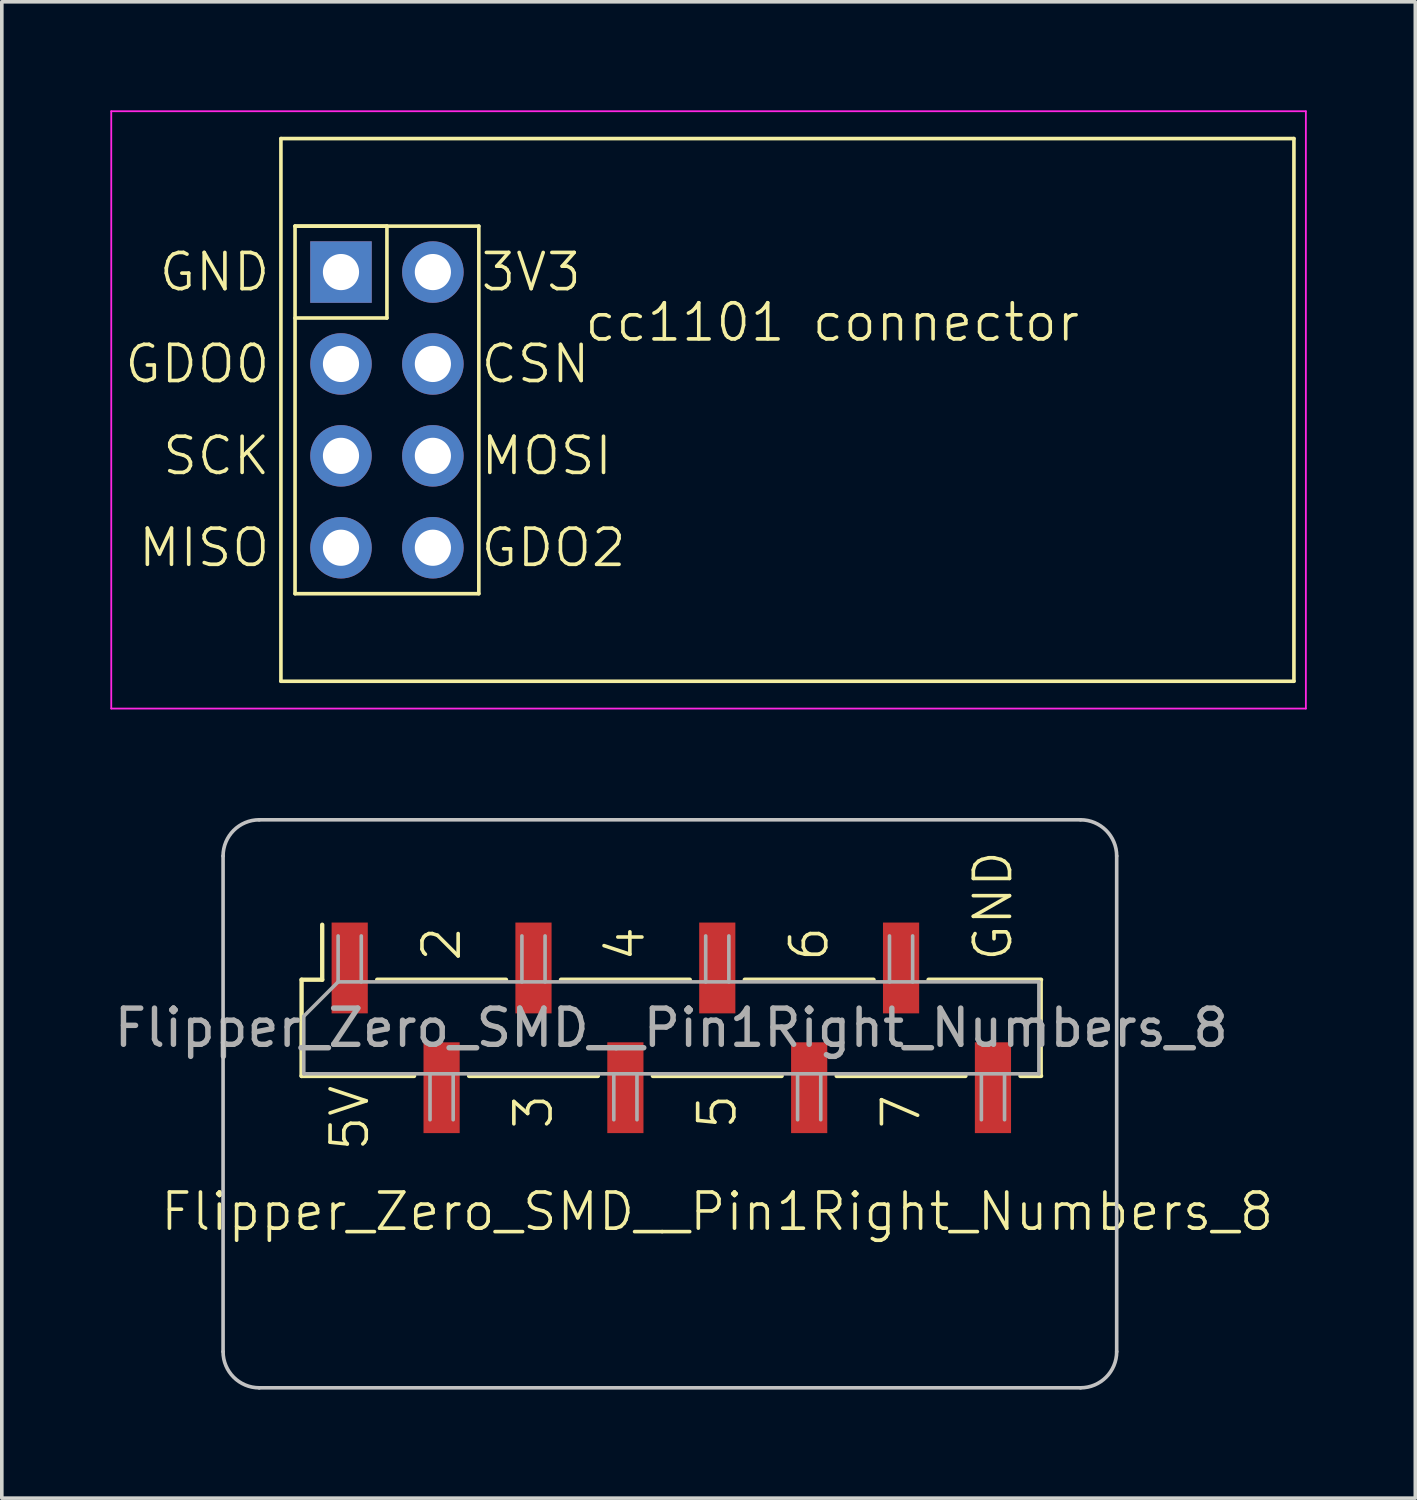
<source format=kicad_pcb>
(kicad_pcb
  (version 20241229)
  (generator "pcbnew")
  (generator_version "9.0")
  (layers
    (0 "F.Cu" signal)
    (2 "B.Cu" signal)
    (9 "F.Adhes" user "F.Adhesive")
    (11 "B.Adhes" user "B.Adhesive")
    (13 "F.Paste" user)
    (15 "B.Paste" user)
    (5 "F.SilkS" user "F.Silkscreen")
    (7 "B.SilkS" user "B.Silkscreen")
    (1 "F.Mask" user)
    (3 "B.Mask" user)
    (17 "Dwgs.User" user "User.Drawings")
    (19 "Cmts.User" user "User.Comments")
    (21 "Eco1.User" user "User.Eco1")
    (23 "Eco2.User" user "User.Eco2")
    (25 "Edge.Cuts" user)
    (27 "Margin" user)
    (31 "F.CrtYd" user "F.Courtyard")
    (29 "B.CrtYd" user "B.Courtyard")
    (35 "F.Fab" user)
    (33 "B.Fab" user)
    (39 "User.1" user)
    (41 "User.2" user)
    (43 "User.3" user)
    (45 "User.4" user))
  (footprint "Flipper_Zero_SMD__Pin1Right_Numbers_8"
    (layer "F.Cu")
    (at 6.616 25.36)
    (property "Reference" "Flipper_Zero_SMD__Pin1Right_Numbers_8" (at 10.16 5.08 0) (unlocked yes) (layer "F.SilkS") (effects (font (size 1 1) (thickness 0.1))))
    (attr smd)
    (fp_line (start -1.33 -1.33) (end -0.76 -1.33) (stroke (width 0.12) (type solid)) (layer "F.SilkS"))
    (fp_line (start -1.33 1.33) (end -1.33 -1.33) (stroke (width 0.12) (type solid)) (layer "F.SilkS"))
    (fp_line (start -1.33 1.33) (end 1.78 1.33) (stroke (width 0.12) (type solid)) (layer "F.SilkS"))
    (fp_line (start -0.76 -1.33) (end -0.76 -2.85) (stroke (width 0.12) (type solid)) (layer "F.SilkS"))
    (fp_line (start 0.76 -1.33) (end 4.32 -1.33) (stroke (width 0.12) (type solid)) (layer "F.SilkS"))
    (fp_line (start 3.3 1.33) (end 6.86 1.33) (stroke (width 0.12) (type solid)) (layer "F.SilkS"))
    (fp_line (start 5.84 -1.33) (end 9.4 -1.33) (stroke (width 0.12) (type solid)) (layer "F.SilkS"))
    (fp_line (start 8.38 1.33) (end 11.94 1.33) (stroke (width 0.12) (type solid)) (layer "F.SilkS"))
    (fp_line (start 10.92 -1.33) (end 14.48 -1.33) (stroke (width 0.12) (type solid)) (layer "F.SilkS"))
    (fp_line (start 13.46 1.33) (end 17.02 1.33) (stroke (width 0.12) (type solid)) (layer "F.SilkS"))
    (fp_line (start 16 -1.33) (end 19.11 -1.33) (stroke (width 0.12) (type solid)) (layer "F.SilkS"))
    (fp_line (start 18.54 1.33) (end 19.11 1.33) (stroke (width 0.12) (type solid)) (layer "F.SilkS"))
    (fp_line (start 19.11 -1.33) (end 19.11 1.33) (stroke (width 0.1) (type default)) (layer "F.SilkS"))
    (fp_line (start -3.5 8.95) (end -3.5 -4.75) (stroke (width 0.1) (type default)) (layer "Dwgs.User"))
    (fp_line (start -2.5 -5.75) (end 20.2 -5.75) (stroke (width 0.1) (type default)) (layer "Dwgs.User"))
    (fp_line (start -2.5 9.95) (end 20.2 9.95) (stroke (width 0.1) (type default)) (layer "Dwgs.User"))
    (fp_line (start 21.2 8.95) (end 21.2 -4.75) (stroke (width 0.1) (type default)) (layer "Dwgs.User"))
    (fp_arc (start -3.5 -4.75) (mid -3.207107 -5.457106) (end -2.5 -5.75) (stroke (width 0.1) (type default)) (layer "Dwgs.User"))
    (fp_arc (start -2.5 9.95) (mid -3.207106 9.657107) (end -3.5 8.95) (stroke (width 0.1) (type default)) (layer "Dwgs.User"))
    (fp_arc (start 20.2 -5.75) (mid 20.907106 -5.457107) (end 21.2 -4.75) (stroke (width 0.1) (type default)) (layer "Dwgs.User"))
    (fp_arc (start 21.2 8.95) (mid 20.907107 9.657106) (end 20.2 9.95) (stroke (width 0.1) (type default)) (layer "Dwgs.User"))
    (fp_line (start -1.27 1.27) (end -1.27 -0.32) (stroke (width 0.1) (type solid)) (layer "F.Fab"))
    (fp_line (start -1.27 1.27) (end 19.05 1.27) (stroke (width 0.1) (type solid)) (layer "F.Fab"))
    (fp_line (start -0.32 -1.27) (end -1.27 -0.32) (stroke (width 0.1) (type solid)) (layer "F.Fab"))
    (fp_line (start -0.32 -1.27) (end -0.32 -2.54) (stroke (width 0.1) (type solid)) (layer "F.Fab"))
    (fp_line (start 0.32 -2.54) (end 0.32 -1.27) (stroke (width 0.1) (type solid)) (layer "F.Fab"))
    (fp_line (start 2.22 1.27) (end 2.22 2.54) (stroke (width 0.1) (type solid)) (layer "F.Fab"))
    (fp_line (start 2.86 2.54) (end 2.86 1.27) (stroke (width 0.1) (type solid)) (layer "F.Fab"))
    (fp_line (start 4.76 -1.27) (end 4.76 -2.54) (stroke (width 0.1) (type solid)) (layer "F.Fab"))
    (fp_line (start 5.4 -2.54) (end 5.4 -1.27) (stroke (width 0.1) (type solid)) (layer "F.Fab"))
    (fp_line (start 7.3 1.27) (end 7.3 2.54) (stroke (width 0.1) (type solid)) (layer "F.Fab"))
    (fp_line (start 7.94 2.54) (end 7.94 1.27) (stroke (width 0.1) (type solid)) (layer "F.Fab"))
    (fp_line (start 9.84 -1.27) (end 9.84 -2.54) (stroke (width 0.1) (type solid)) (layer "F.Fab"))
    (fp_line (start 10.48 -2.54) (end 10.48 -1.27) (stroke (width 0.1) (type solid)) (layer "F.Fab"))
    (fp_line (start 12.38 1.27) (end 12.38 2.54) (stroke (width 0.1) (type solid)) (layer "F.Fab"))
    (fp_line (start 13.02 2.54) (end 13.02 1.27) (stroke (width 0.1) (type solid)) (layer "F.Fab"))
    (fp_line (start 14.92 -1.27) (end 14.92 -2.54) (stroke (width 0.1) (type solid)) (layer "F.Fab"))
    (fp_line (start 15.56 -2.54) (end 15.56 -1.27) (stroke (width 0.1) (type solid)) (layer "F.Fab"))
    (fp_line (start 17.46 1.27) (end 17.46 2.54) (stroke (width 0.1) (type solid)) (layer "F.Fab"))
    (fp_line (start 18.1 2.54) (end 18.1 1.27) (stroke (width 0.1) (type solid)) (layer "F.Fab"))
    (fp_line (start 19.05 -1.27) (end -0.32 -1.27) (stroke (width 0.1) (type solid)) (layer "F.Fab"))
    (fp_line (start 19.05 -1.27) (end 19.05 1.27) (stroke (width 0.1) (type solid)) (layer "F.Fab"))
    (fp_text user "5V" (at 0 1.524 90) (unlocked yes) (layer "F.SilkS") (effects (font (size 1 1) (thickness 0.1)) (justify right)))
    (fp_text user "GND" (at 17.78 -1.778 90) (unlocked yes) (layer "F.SilkS") (effects (font (size 1 1) (thickness 0.1)) (justify left)))
    (fp_text user "3" (at 5.08 1.778 90) (unlocked yes) (layer "F.SilkS") (effects (font (size 1 1) (thickness 0.1)) (justify right)))
    (fp_text user "4" (at 7.62 -1.778 90) (unlocked yes) (layer "F.SilkS") (effects (font (size 1 1) (thickness 0.1)) (justify left)))
    (fp_text user "2" (at 2.54 -1.778 90) (unlocked yes) (layer "F.SilkS") (effects (font (size 1 1) (thickness 0.1)) (justify left)))
    (fp_text user "6" (at 12.7 -1.778 90) (unlocked yes) (layer "F.SilkS") (effects (font (size 1 1) (thickness 0.1)) (justify left)))
    (fp_text user "7" (at 15.24 1.778 90) (unlocked yes) (layer "F.SilkS") (effects (font (size 1 1) (thickness 0.1)) (justify right)))
    (fp_text user "5" (at 10.16 1.778 90) (unlocked yes) (layer "F.SilkS") (effects (font (size 1 1) (thickness 0.1)) (justify right)))
    (fp_text user "${REFERENCE}" (at 8.89 0 180) (layer "F.Fab") (effects (font (size 1 1) (thickness 0.15))))
    (pad "1" smd rect (at 0 -1.655 90) (size 2.51 1) (layers "F.Cu" "F.Mask" "F.Paste"))
    (pad "2" smd rect (at 2.54 1.655 90) (size 2.51 1) (layers "F.Cu" "F.Mask" "F.Paste"))
    (pad "3" smd rect (at 5.08 -1.655 90) (size 2.51 1) (layers "F.Cu" "F.Mask" "F.Paste"))
    (pad "4" smd rect (at 7.62 1.655 90) (size 2.51 1) (layers "F.Cu" "F.Mask" "F.Paste"))
    (pad "5" smd rect (at 10.16 -1.655 90) (size 2.51 1) (layers "F.Cu" "F.Mask" "F.Paste"))
    (pad "6" smd rect (at 12.7 1.655 90) (size 2.51 1) (layers "F.Cu" "F.Mask" "F.Paste"))
    (pad "7" smd rect (at 15.24 -1.655 90) (size 2.51 1) (layers "F.Cu" "F.Mask" "F.Paste"))
    (pad "8" smd rect (at 17.78 1.655 90) (size 2.51 1) (layers "F.Cu" "F.Mask" "F.Paste")))
  (footprint "cc1101 connector"
    (layer "F.Cu")
    (at 4.715 0.78)
    (property "Reference" "cc1101 connector" (at 15.24 5.08 0) (unlocked yes) (layer "F.SilkS") (effects (font (size 1 1) (thickness 0.1))))
    (attr through_hole)
    (fp_line (start 0 0) (end 0 15) (stroke (width 0.1) (type default)) (layer "F.SilkS"))
    (fp_line (start 0 0) (end 28 0) (stroke (width 0.1) (type default)) (layer "F.SilkS"))
    (fp_line (start 0 15) (end 28 15) (stroke (width 0.1) (type default)) (layer "F.SilkS"))
    (fp_line (start 0.39 2.42) (end 2.93 2.42) (stroke (width 0.1) (type default)) (layer "F.SilkS"))
    (fp_line (start 0.39 2.42) (end 5.47 2.42) (stroke (width 0.1) (type default)) (layer "F.SilkS"))
    (fp_line (start 0.39 12.58) (end 0.39 2.42) (stroke (width 0.1) (type default)) (layer "F.SilkS"))
    (fp_line (start 2.93 2.42) (end 2.93 4.96) (stroke (width 0.1) (type default)) (layer "F.SilkS"))
    (fp_line (start 2.93 4.96) (end 0.39 4.96) (stroke (width 0.1) (type default)) (layer "F.SilkS"))
    (fp_line (start 5.47 2.42) (end 5.47 12.58) (stroke (width 0.1) (type default)) (layer "F.SilkS"))
    (fp_line (start 5.47 12.58) (end 0.39 12.58) (stroke (width 0.1) (type default)) (layer "F.SilkS"))
    (fp_line (start 28 15) (end 28 0) (stroke (width 0.1) (type default)) (layer "F.SilkS"))
    (fp_line (start -4.69 -0.755) (end -4.69 15.755) (stroke (width 0.05) (type default)) (layer "F.CrtYd"))
    (fp_line (start -4.69 15.755) (end 28.33 15.755) (stroke (width 0.05) (type default)) (layer "F.CrtYd"))
    (fp_line (start 28.33 -0.755) (end -4.69 -0.755) (stroke (width 0.05) (type default)) (layer "F.CrtYd"))
    (fp_line (start 28.33 15.755) (end 28.33 -0.755) (stroke (width 0.05) (type default)) (layer "F.CrtYd"))
    (fp_text user "MISO" (at -0.245 11.31 0) (unlocked yes) (layer "F.SilkS") (effects (font (size 1 1) (thickness 0.1)) (justify right)))
    (fp_text user "3V3" (at 5.47 3.69 0) (unlocked yes) (layer "F.SilkS") (effects (font (size 1 1) (thickness 0.1)) (justify left)))
    (fp_text user "SCK" (at -0.245 8.77 0) (unlocked yes) (layer "F.SilkS") (effects (font (size 1 1) (thickness 0.1)) (justify right)))
    (fp_text user "CSN" (at 5.47 6.23 0) (unlocked yes) (layer "F.SilkS") (effects (font (size 1 1) (thickness 0.1)) (justify left)))
    (fp_text user "MOSI" (at 5.47 8.77 0) (unlocked yes) (layer "F.SilkS") (effects (font (size 1 1) (thickness 0.1)) (justify left)))
    (fp_text user "GDO0" (at -0.245 6.23 0) (unlocked yes) (layer "F.SilkS") (effects (font (size 1 1) (thickness 0.1)) (justify right)))
    (fp_text user "GND" (at -0.245 3.69 0) (unlocked yes) (layer "F.SilkS") (effects (font (size 1 1) (thickness 0.1)) (justify right)))
    (fp_text user "GDO2" (at 5.47 11.31 0) (unlocked yes) (layer "F.SilkS") (effects (font (size 1 1) (thickness 0.1)) (justify left)))
    (pad "1" thru_hole rect (at 1.66 3.69) (size 1.7 1.7) (drill 1) (layers "*.Cu" "*.Mask"))
    (pad "2" thru_hole circle (at 4.2 3.69) (size 1.7 1.7) (drill 1) (layers "*.Cu" "*.Mask"))
    (pad "3" thru_hole circle (at 1.66 6.23) (size 1.7 1.7) (drill 1) (layers "*.Cu" "*.Mask"))
    (pad "4" thru_hole circle (at 4.2 6.23) (size 1.7 1.7) (drill 1) (layers "*.Cu" "*.Mask"))
    (pad "5" thru_hole circle (at 1.66 8.77) (size 1.7 1.7) (drill 1) (layers "*.Cu" "*.Mask"))
    (pad "6" thru_hole circle (at 4.2 8.77) (size 1.7 1.7) (drill 1) (layers "*.Cu" "*.Mask"))
    (pad "7" thru_hole circle (at 1.66 11.31) (size 1.7 1.7) (drill 1) (layers "*.Cu" "*.Mask"))
    (pad "8" thru_hole circle (at 4.2 11.31) (size 1.7 1.7) (drill 1) (layers "*.Cu" "*.Mask")))
  (gr_rect
    (start -3 -3)
    (end 36.07 38.36)
    (stroke (width 0.1) (type default))
    (fill no)
    (layer "Edge.Cuts")))
</source>
